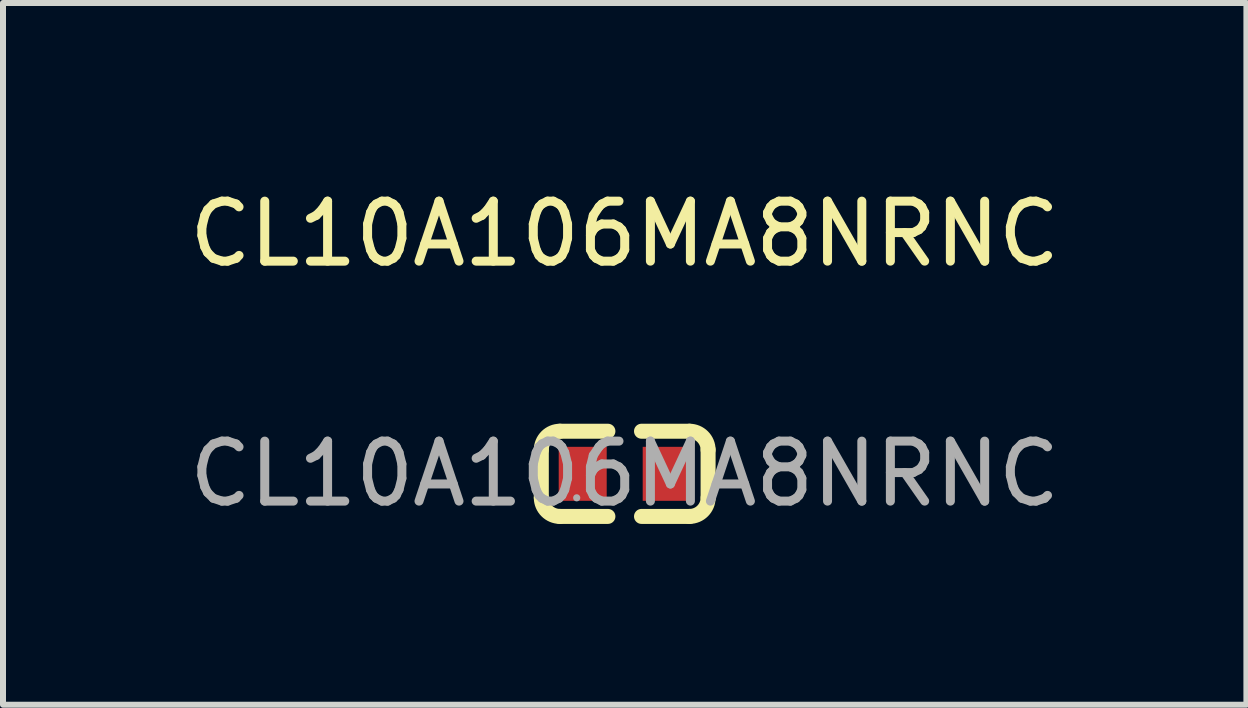
<source format=kicad_pcb>
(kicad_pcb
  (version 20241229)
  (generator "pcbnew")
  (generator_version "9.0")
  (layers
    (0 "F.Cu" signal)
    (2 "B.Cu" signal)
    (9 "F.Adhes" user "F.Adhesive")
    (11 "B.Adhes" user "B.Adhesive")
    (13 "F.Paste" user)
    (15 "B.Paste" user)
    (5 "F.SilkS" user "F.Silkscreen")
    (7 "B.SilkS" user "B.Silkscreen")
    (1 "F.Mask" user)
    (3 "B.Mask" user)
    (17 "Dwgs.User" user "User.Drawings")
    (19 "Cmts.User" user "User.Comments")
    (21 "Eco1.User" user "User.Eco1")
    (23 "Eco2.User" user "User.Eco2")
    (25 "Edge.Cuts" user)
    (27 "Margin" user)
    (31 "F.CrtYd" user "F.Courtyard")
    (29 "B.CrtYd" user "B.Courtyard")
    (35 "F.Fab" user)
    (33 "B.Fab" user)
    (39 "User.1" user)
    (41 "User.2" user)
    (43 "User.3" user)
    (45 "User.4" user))
  (footprint "CL10A106MA8NRNC"
    (layer "F.Cu")
    (at 7.363 4.848)
    (property "Reference" "CL10A106MA8NRNC" (at 0 -4 0) (layer "F.SilkS") (effects (font (size 1 1) (thickness 0.15))))
    (attr smd)
    (fp_line (start -1.39 0.4) (end -1.39 -0.4) (stroke (width 0.25) (type solid)) (layer "F.SilkS"))
    (fp_line (start -0.28 -0.71) (end -1.08 -0.71) (stroke (width 0.25) (type solid)) (layer "F.SilkS"))
    (fp_line (start -0.28 0.71) (end -1.08 0.71) (stroke (width 0.25) (type solid)) (layer "F.SilkS"))
    (fp_line (start 0.28 -0.71) (end 1.08 -0.71) (stroke (width 0.25) (type solid)) (layer "F.SilkS"))
    (fp_line (start 0.28 0.71) (end 1.08 0.71) (stroke (width 0.25) (type solid)) (layer "F.SilkS"))
    (fp_line (start 1.39 -0.4) (end 1.39 0.4) (stroke (width 0.25) (type solid)) (layer "F.SilkS"))
    (fp_arc (start -1.39 -0.4) (mid -1.299203 -0.619203) (end -1.08 -0.71) (stroke (width 0.25) (type solid)) (layer "F.SilkS"))
    (fp_arc (start -1.08 0.71) (mid -1.299203 0.619203) (end -1.39 0.4) (stroke (width 0.25) (type solid)) (layer "F.SilkS"))
    (fp_arc (start 1.08 -0.71) (mid 1.299203 -0.619203) (end 1.39 -0.4) (stroke (width 0.25) (type solid)) (layer "F.SilkS"))
    (fp_arc (start 1.39 0.4) (mid 1.299203 0.619203) (end 1.08 0.71) (stroke (width 0.25) (type solid)) (layer "F.SilkS"))
    (fp_circle (center -0.8 0.4) (end -0.77 0.4) (stroke (width 0.06) (type solid)) (fill no) (layer "F.Fab"))
    (fp_text user "${REFERENCE}" (at 0 0 0) (layer "F.Fab") (effects (font (size 1 1) (thickness 0.15))))
    (pad "1" smd rect (at -0.7 0) (size 0.8 0.9) (layers "F.Cu" "F.Mask" "F.Paste"))
    (pad "2" smd rect (at 0.7 0) (size 0.8 0.9) (layers "F.Cu" "F.Mask" "F.Paste")))
  (gr_rect
    (start -3 -3)
    (end 17.726 8.697)
    (stroke (width 0.1) (type default))
    (fill no)
    (layer "Edge.Cuts")))
</source>
